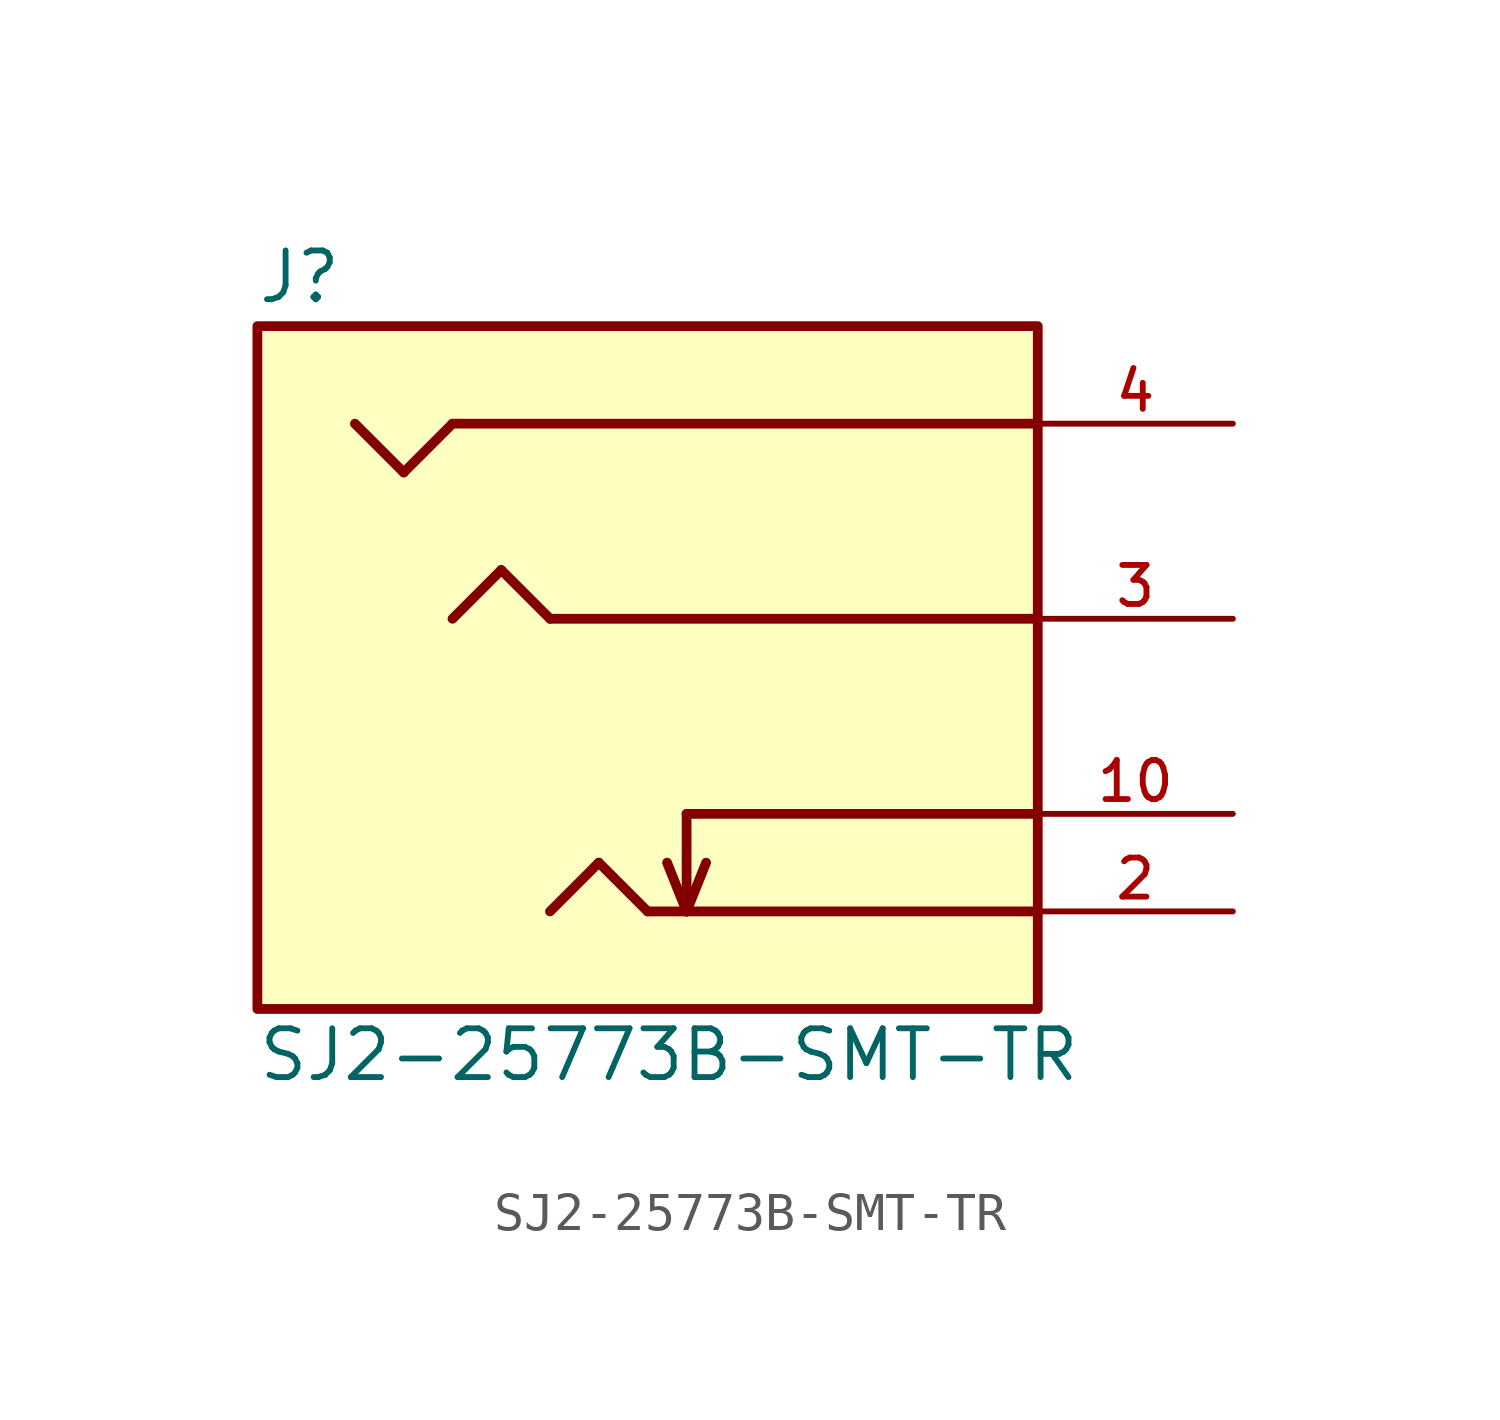
<source format=kicad_sym>
(kicad_symbol_lib
  (version 20211014)
  (generator kicad_symbol_editor)
  (symbol "SJ2-25773B-SMT-TR"
    (pin_names
      (offset 1.016))
    (property "Reference" "J"
      (at -10.191 8.157 0)
      (effects (font (size 1.27 1.27)) (justify bottom left)))
    (property "Value" "SJ2-25773B-SMT-TR"
      (at -10.186 -12.097 0)
      (effects (font (size 1.27 1.27)) (justify bottom left)))
    (symbol "SJ2-25773B-SMT-TR_0_0"
      (polyline (pts (xy -7.62 5.08) (xy -6.35 3.81)) (stroke (width 0.254)))
      (polyline (pts (xy -6.35 3.81) (xy -5.08 5.08)) (stroke (width 0.254)))
      (polyline (pts (xy -2.54 0.0) (xy 10.16 0.0)) (stroke (width 0.254)))
      (polyline (pts (xy -2.54 -7.62) (xy -1.27 -6.35)) (stroke (width 0.254)))
      (polyline (pts (xy -1.27 -6.35) (xy 0.0 -7.62)) (stroke (width 0.254)))
      (polyline (pts (xy 0.0 -7.62) (xy 1.016 -7.62)) (stroke (width 0.254)))
      (polyline (pts (xy 1.016 -7.62) (xy 10.16 -7.62)) (stroke (width 0.254)))
      (polyline (pts (xy -5.08 0.0) (xy -3.81 1.27)) (stroke (width 0.254)))
      (polyline (pts (xy -3.81 1.27) (xy -2.54 0.0)) (stroke (width 0.254)))
      (polyline (pts (xy 10.16 -5.08) (xy 1.016 -5.08)) (stroke (width 0.254)))
      (polyline (pts (xy 1.016 -5.08) (xy 1.016 -7.62)) (stroke (width 0.254)))
      (polyline (pts (xy 1.016 -7.62) (xy 0.508 -6.35)) (stroke (width 0.254)))
      (polyline (pts (xy 1.016 -7.62) (xy 1.524 -6.35)) (stroke (width 0.254)))
      (polyline (pts (xy 10.16 5.08) (xy -5.08 5.08)) (stroke (width 0.254)))
      (rectangle (start -10.16 -10.16) (end 10.16 7.62) (stroke (width 0.254)) (fill (type background)))
      (pin passive line (at 15.24 -7.62 180.0) (length 5.08) (name "~" (effects (font (size 1.016 1.016)))) (number "2" (effects (font (size 1.016 1.016)))))
      (pin passive line (at 15.24 5.08 180.0) (length 5.08) (name "~" (effects (font (size 1.016 1.016)))) (number "4" (effects (font (size 1.016 1.016)))))
      (pin passive line (at 15.24 0.0 180.0) (length 5.08) (name "~" (effects (font (size 1.016 1.016)))) (number "3" (effects (font (size 1.016 1.016)))))
      (pin passive line (at 15.24 -5.08 180.0) (length 5.08) (name "~" (effects (font (size 1.016 1.016)))) (number "10" (effects (font (size 1.016 1.016))))))))
</source>
